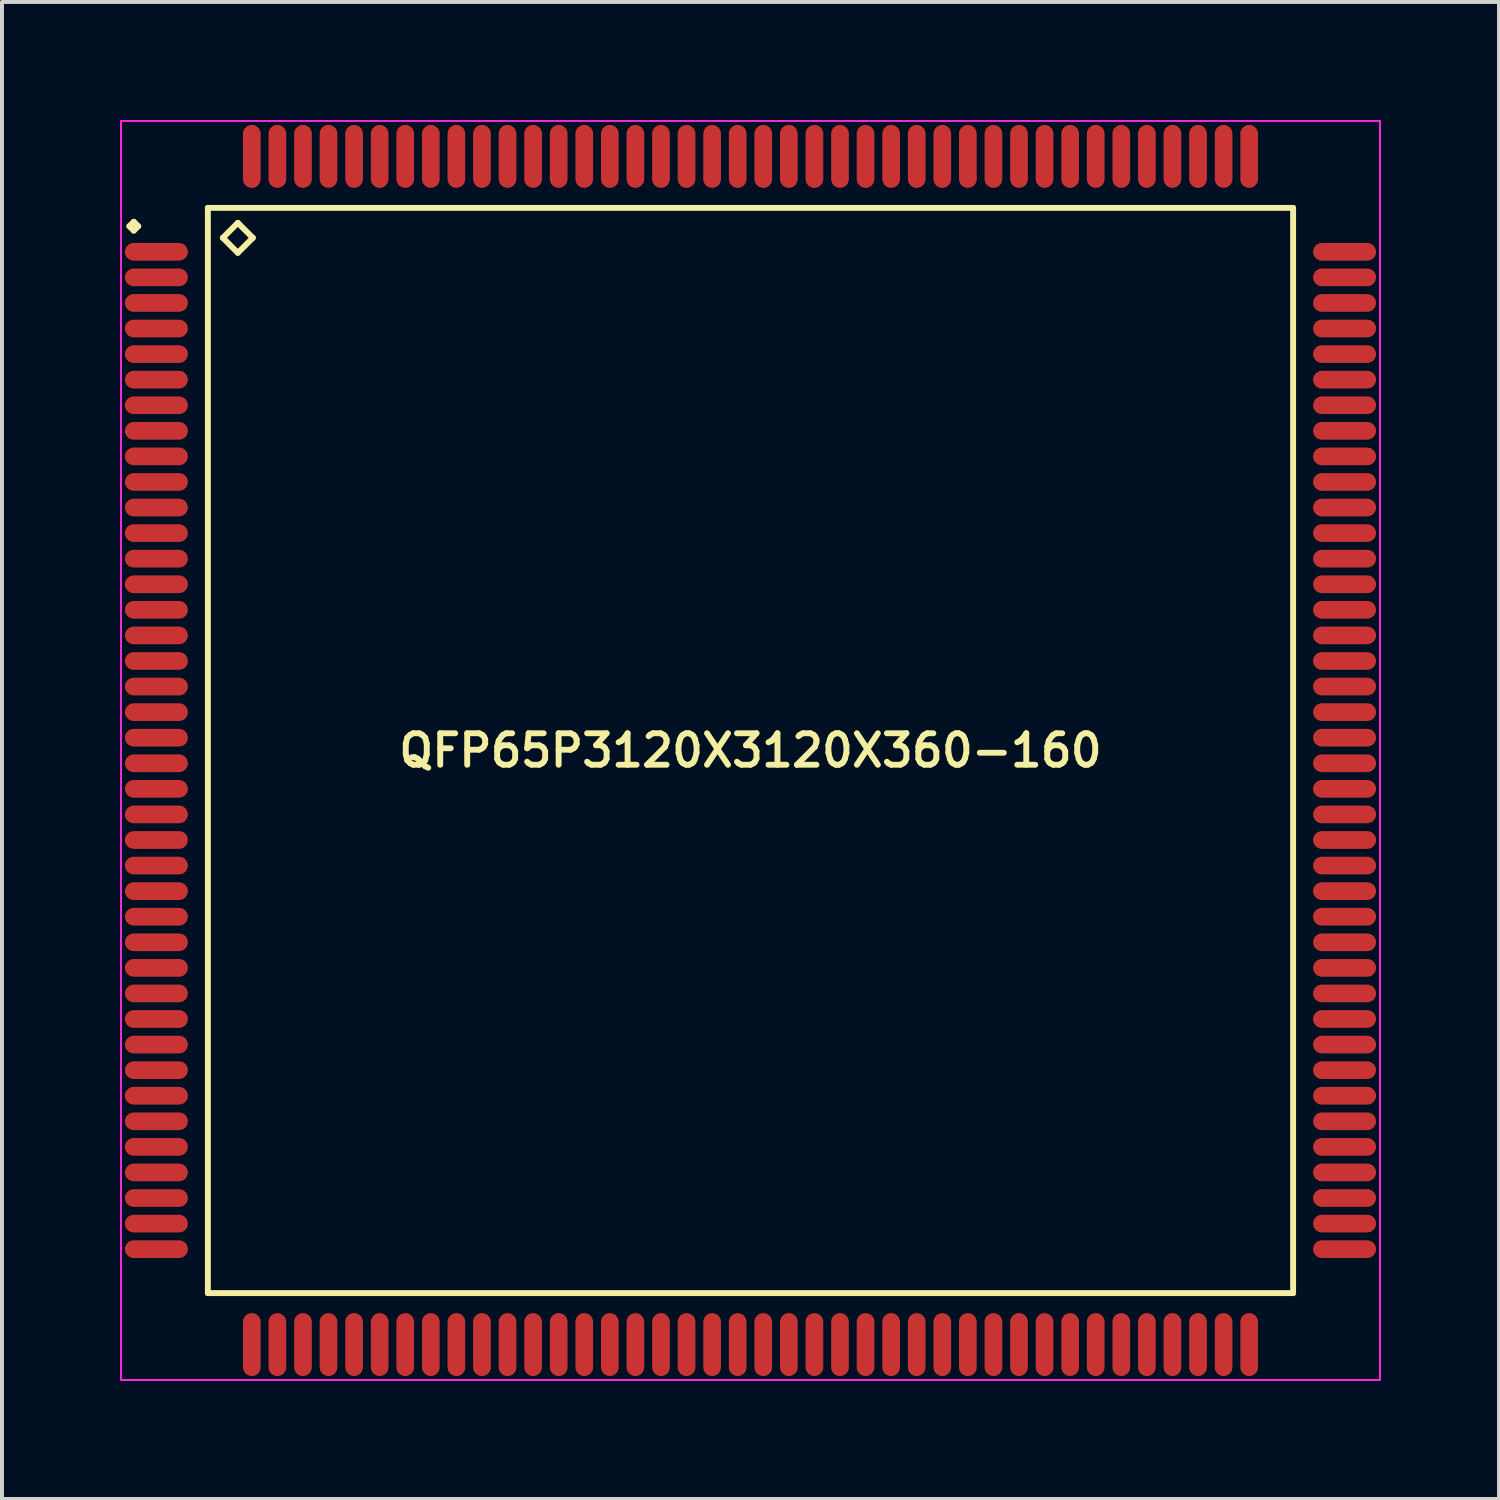
<source format=kicad_pcb>
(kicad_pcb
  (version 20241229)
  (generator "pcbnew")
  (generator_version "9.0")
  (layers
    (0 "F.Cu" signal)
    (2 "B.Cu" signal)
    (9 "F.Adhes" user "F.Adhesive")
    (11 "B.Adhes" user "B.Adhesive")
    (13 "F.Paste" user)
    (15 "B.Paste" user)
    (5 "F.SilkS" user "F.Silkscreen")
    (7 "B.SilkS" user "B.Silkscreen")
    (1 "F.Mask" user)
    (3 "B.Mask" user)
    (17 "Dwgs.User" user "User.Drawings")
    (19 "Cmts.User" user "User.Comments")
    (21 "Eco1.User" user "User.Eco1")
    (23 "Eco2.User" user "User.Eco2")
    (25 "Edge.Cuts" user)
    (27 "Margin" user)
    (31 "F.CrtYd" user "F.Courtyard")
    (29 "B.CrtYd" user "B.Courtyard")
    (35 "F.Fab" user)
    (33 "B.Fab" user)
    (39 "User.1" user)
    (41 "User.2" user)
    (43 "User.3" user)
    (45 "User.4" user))
  (footprint "QFP65P3120X3120X360-160"
    (layer "F.Cu")
    (at 16.025 16.025)
    (property "Reference" "QFP65P3120X3120X360-160" (at 0 0 0) (layer "F.SilkS") (effects (font (size 0.8 0.8) (thickness 0.15))))
    (attr smd)
    (fp_line (start -15.787 -13.325) (end -15.675 -13.438) (stroke (width 0.15) (type solid)) (layer "F.SilkS"))
    (fp_line (start -15.675 -13.438) (end -15.562 -13.325) (stroke (width 0.15) (type solid)) (layer "F.SilkS"))
    (fp_line (start -15.675 -13.213) (end -15.787 -13.325) (stroke (width 0.15) (type solid)) (layer "F.SilkS"))
    (fp_line (start -15.562 -13.325) (end -15.675 -13.213) (stroke (width 0.15) (type solid)) (layer "F.SilkS"))
    (fp_line (start -13.792 -13.792) (end -13.792 13.792) (stroke (width 0.15) (type solid)) (layer "F.SilkS"))
    (fp_line (start -13.792 13.792) (end 13.792 13.792) (stroke (width 0.15) (type solid)) (layer "F.SilkS"))
    (fp_line (start -13.411 -13.03) (end -13.03 -13.411) (stroke (width 0.15) (type solid)) (layer "F.SilkS"))
    (fp_line (start -13.03 -13.411) (end -12.649 -13.03) (stroke (width 0.15) (type solid)) (layer "F.SilkS"))
    (fp_line (start -13.03 -12.649) (end -13.411 -13.03) (stroke (width 0.15) (type solid)) (layer "F.SilkS"))
    (fp_line (start -12.649 -13.03) (end -13.03 -12.649) (stroke (width 0.15) (type solid)) (layer "F.SilkS"))
    (fp_line (start 13.792 -13.792) (end -13.792 -13.792) (stroke (width 0.15) (type solid)) (layer "F.SilkS"))
    (fp_line (start 13.792 13.792) (end 13.792 -13.792) (stroke (width 0.15) (type solid)) (layer "F.SilkS"))
    (fp_line (start -16 -16) (end 16 -16) (stroke (width 0.05) (type solid)) (layer "F.CrtYd"))
    (fp_line (start -16 16) (end -16 -16) (stroke (width 0.05) (type solid)) (layer "F.CrtYd"))
    (fp_line (start 16 -16) (end 16 16) (stroke (width 0.05) (type solid)) (layer "F.CrtYd"))
    (fp_line (start 16 16) (end -16 16) (stroke (width 0.05) (type solid)) (layer "F.CrtYd"))
    (pad "1" smd oval (at -15.1 -12.675) (size 1.6 0.45) (layers "F.Cu" "F.Mask" "F.Paste"))
    (pad "2" smd oval (at -15.1 -12.025) (size 1.6 0.45) (layers "F.Cu" "F.Mask" "F.Paste"))
    (pad "3" smd oval (at -15.1 -11.375) (size 1.6 0.45) (layers "F.Cu" "F.Mask" "F.Paste"))
    (pad "4" smd oval (at -15.1 -10.725) (size 1.6 0.45) (layers "F.Cu" "F.Mask" "F.Paste"))
    (pad "5" smd oval (at -15.1 -10.075) (size 1.6 0.45) (layers "F.Cu" "F.Mask" "F.Paste"))
    (pad "6" smd oval (at -15.1 -9.425) (size 1.6 0.45) (layers "F.Cu" "F.Mask" "F.Paste"))
    (pad "7" smd oval (at -15.1 -8.775) (size 1.6 0.45) (layers "F.Cu" "F.Mask" "F.Paste"))
    (pad "8" smd oval (at -15.1 -8.125) (size 1.6 0.45) (layers "F.Cu" "F.Mask" "F.Paste"))
    (pad "9" smd oval (at -15.1 -7.475) (size 1.6 0.45) (layers "F.Cu" "F.Mask" "F.Paste"))
    (pad "10" smd oval (at -15.1 -6.825) (size 1.6 0.45) (layers "F.Cu" "F.Mask" "F.Paste"))
    (pad "11" smd oval (at -15.1 -6.175) (size 1.6 0.45) (layers "F.Cu" "F.Mask" "F.Paste"))
    (pad "12" smd oval (at -15.1 -5.525) (size 1.6 0.45) (layers "F.Cu" "F.Mask" "F.Paste"))
    (pad "13" smd oval (at -15.1 -4.875) (size 1.6 0.45) (layers "F.Cu" "F.Mask" "F.Paste"))
    (pad "14" smd oval (at -15.1 -4.225) (size 1.6 0.45) (layers "F.Cu" "F.Mask" "F.Paste"))
    (pad "15" smd oval (at -15.1 -3.575) (size 1.6 0.45) (layers "F.Cu" "F.Mask" "F.Paste"))
    (pad "16" smd oval (at -15.1 -2.925) (size 1.6 0.45) (layers "F.Cu" "F.Mask" "F.Paste"))
    (pad "17" smd oval (at -15.1 -2.275) (size 1.6 0.45) (layers "F.Cu" "F.Mask" "F.Paste"))
    (pad "18" smd oval (at -15.1 -1.625) (size 1.6 0.45) (layers "F.Cu" "F.Mask" "F.Paste"))
    (pad "19" smd oval (at -15.1 -0.975) (size 1.6 0.45) (layers "F.Cu" "F.Mask" "F.Paste"))
    (pad "20" smd oval (at -15.1 -0.325) (size 1.6 0.45) (layers "F.Cu" "F.Mask" "F.Paste"))
    (pad "21" smd oval (at -15.1 0.325) (size 1.6 0.45) (layers "F.Cu" "F.Mask" "F.Paste"))
    (pad "22" smd oval (at -15.1 0.975) (size 1.6 0.45) (layers "F.Cu" "F.Mask" "F.Paste"))
    (pad "23" smd oval (at -15.1 1.625) (size 1.6 0.45) (layers "F.Cu" "F.Mask" "F.Paste"))
    (pad "24" smd oval (at -15.1 2.275) (size 1.6 0.45) (layers "F.Cu" "F.Mask" "F.Paste"))
    (pad "25" smd oval (at -15.1 2.925) (size 1.6 0.45) (layers "F.Cu" "F.Mask" "F.Paste"))
    (pad "26" smd oval (at -15.1 3.575) (size 1.6 0.45) (layers "F.Cu" "F.Mask" "F.Paste"))
    (pad "27" smd oval (at -15.1 4.225) (size 1.6 0.45) (layers "F.Cu" "F.Mask" "F.Paste"))
    (pad "28" smd oval (at -15.1 4.875) (size 1.6 0.45) (layers "F.Cu" "F.Mask" "F.Paste"))
    (pad "29" smd oval (at -15.1 5.525) (size 1.6 0.45) (layers "F.Cu" "F.Mask" "F.Paste"))
    (pad "30" smd oval (at -15.1 6.175) (size 1.6 0.45) (layers "F.Cu" "F.Mask" "F.Paste"))
    (pad "31" smd oval (at -15.1 6.825) (size 1.6 0.45) (layers "F.Cu" "F.Mask" "F.Paste"))
    (pad "32" smd oval (at -15.1 7.475) (size 1.6 0.45) (layers "F.Cu" "F.Mask" "F.Paste"))
    (pad "33" smd oval (at -15.1 8.125) (size 1.6 0.45) (layers "F.Cu" "F.Mask" "F.Paste"))
    (pad "34" smd oval (at -15.1 8.775) (size 1.6 0.45) (layers "F.Cu" "F.Mask" "F.Paste"))
    (pad "35" smd oval (at -15.1 9.425) (size 1.6 0.45) (layers "F.Cu" "F.Mask" "F.Paste"))
    (pad "36" smd oval (at -15.1 10.075) (size 1.6 0.45) (layers "F.Cu" "F.Mask" "F.Paste"))
    (pad "37" smd oval (at -15.1 10.725) (size 1.6 0.45) (layers "F.Cu" "F.Mask" "F.Paste"))
    (pad "38" smd oval (at -15.1 11.375) (size 1.6 0.45) (layers "F.Cu" "F.Mask" "F.Paste"))
    (pad "39" smd oval (at -15.1 12.025) (size 1.6 0.45) (layers "F.Cu" "F.Mask" "F.Paste"))
    (pad "40" smd oval (at -15.1 12.675) (size 1.6 0.45) (layers "F.Cu" "F.Mask" "F.Paste"))
    (pad "41" smd oval (at -12.675 15.1) (size 0.45 1.6) (layers "F.Cu" "F.Mask" "F.Paste"))
    (pad "42" smd oval (at -12.025 15.1) (size 0.45 1.6) (layers "F.Cu" "F.Mask" "F.Paste"))
    (pad "43" smd oval (at -11.375 15.1) (size 0.45 1.6) (layers "F.Cu" "F.Mask" "F.Paste"))
    (pad "44" smd oval (at -10.725 15.1) (size 0.45 1.6) (layers "F.Cu" "F.Mask" "F.Paste"))
    (pad "45" smd oval (at -10.075 15.1) (size 0.45 1.6) (layers "F.Cu" "F.Mask" "F.Paste"))
    (pad "46" smd oval (at -9.425 15.1) (size 0.45 1.6) (layers "F.Cu" "F.Mask" "F.Paste"))
    (pad "47" smd oval (at -8.775 15.1) (size 0.45 1.6) (layers "F.Cu" "F.Mask" "F.Paste"))
    (pad "48" smd oval (at -8.125 15.1) (size 0.45 1.6) (layers "F.Cu" "F.Mask" "F.Paste"))
    (pad "49" smd oval (at -7.475 15.1) (size 0.45 1.6) (layers "F.Cu" "F.Mask" "F.Paste"))
    (pad "50" smd oval (at -6.825 15.1) (size 0.45 1.6) (layers "F.Cu" "F.Mask" "F.Paste"))
    (pad "51" smd oval (at -6.175 15.1) (size 0.45 1.6) (layers "F.Cu" "F.Mask" "F.Paste"))
    (pad "52" smd oval (at -5.525 15.1) (size 0.45 1.6) (layers "F.Cu" "F.Mask" "F.Paste"))
    (pad "53" smd oval (at -4.875 15.1) (size 0.45 1.6) (layers "F.Cu" "F.Mask" "F.Paste"))
    (pad "54" smd oval (at -4.225 15.1) (size 0.45 1.6) (layers "F.Cu" "F.Mask" "F.Paste"))
    (pad "55" smd oval (at -3.575 15.1) (size 0.45 1.6) (layers "F.Cu" "F.Mask" "F.Paste"))
    (pad "56" smd oval (at -2.925 15.1) (size 0.45 1.6) (layers "F.Cu" "F.Mask" "F.Paste"))
    (pad "57" smd oval (at -2.275 15.1) (size 0.45 1.6) (layers "F.Cu" "F.Mask" "F.Paste"))
    (pad "58" smd oval (at -1.625 15.1) (size 0.45 1.6) (layers "F.Cu" "F.Mask" "F.Paste"))
    (pad "59" smd oval (at -0.975 15.1) (size 0.45 1.6) (layers "F.Cu" "F.Mask" "F.Paste"))
    (pad "60" smd oval (at -0.325 15.1) (size 0.45 1.6) (layers "F.Cu" "F.Mask" "F.Paste"))
    (pad "61" smd oval (at 0.325 15.1) (size 0.45 1.6) (layers "F.Cu" "F.Mask" "F.Paste"))
    (pad "62" smd oval (at 0.975 15.1) (size 0.45 1.6) (layers "F.Cu" "F.Mask" "F.Paste"))
    (pad "63" smd oval (at 1.625 15.1) (size 0.45 1.6) (layers "F.Cu" "F.Mask" "F.Paste"))
    (pad "64" smd oval (at 2.275 15.1) (size 0.45 1.6) (layers "F.Cu" "F.Mask" "F.Paste"))
    (pad "65" smd oval (at 2.925 15.1) (size 0.45 1.6) (layers "F.Cu" "F.Mask" "F.Paste"))
    (pad "66" smd oval (at 3.575 15.1) (size 0.45 1.6) (layers "F.Cu" "F.Mask" "F.Paste"))
    (pad "67" smd oval (at 4.225 15.1) (size 0.45 1.6) (layers "F.Cu" "F.Mask" "F.Paste"))
    (pad "68" smd oval (at 4.875 15.1) (size 0.45 1.6) (layers "F.Cu" "F.Mask" "F.Paste"))
    (pad "69" smd oval (at 5.525 15.1) (size 0.45 1.6) (layers "F.Cu" "F.Mask" "F.Paste"))
    (pad "70" smd oval (at 6.175 15.1) (size 0.45 1.6) (layers "F.Cu" "F.Mask" "F.Paste"))
    (pad "71" smd oval (at 6.825 15.1) (size 0.45 1.6) (layers "F.Cu" "F.Mask" "F.Paste"))
    (pad "72" smd oval (at 7.475 15.1) (size 0.45 1.6) (layers "F.Cu" "F.Mask" "F.Paste"))
    (pad "73" smd oval (at 8.125 15.1) (size 0.45 1.6) (layers "F.Cu" "F.Mask" "F.Paste"))
    (pad "74" smd oval (at 8.775 15.1) (size 0.45 1.6) (layers "F.Cu" "F.Mask" "F.Paste"))
    (pad "75" smd oval (at 9.425 15.1) (size 0.45 1.6) (layers "F.Cu" "F.Mask" "F.Paste"))
    (pad "76" smd oval (at 10.075 15.1) (size 0.45 1.6) (layers "F.Cu" "F.Mask" "F.Paste"))
    (pad "77" smd oval (at 10.725 15.1) (size 0.45 1.6) (layers "F.Cu" "F.Mask" "F.Paste"))
    (pad "78" smd oval (at 11.375 15.1) (size 0.45 1.6) (layers "F.Cu" "F.Mask" "F.Paste"))
    (pad "79" smd oval (at 12.025 15.1) (size 0.45 1.6) (layers "F.Cu" "F.Mask" "F.Paste"))
    (pad "80" smd oval (at 12.675 15.1) (size 0.45 1.6) (layers "F.Cu" "F.Mask" "F.Paste"))
    (pad "81" smd oval (at 15.1 12.675) (size 1.6 0.45) (layers "F.Cu" "F.Mask" "F.Paste"))
    (pad "82" smd oval (at 15.1 12.025) (size 1.6 0.45) (layers "F.Cu" "F.Mask" "F.Paste"))
    (pad "83" smd oval (at 15.1 11.375) (size 1.6 0.45) (layers "F.Cu" "F.Mask" "F.Paste"))
    (pad "84" smd oval (at 15.1 10.725) (size 1.6 0.45) (layers "F.Cu" "F.Mask" "F.Paste"))
    (pad "85" smd oval (at 15.1 10.075) (size 1.6 0.45) (layers "F.Cu" "F.Mask" "F.Paste"))
    (pad "86" smd oval (at 15.1 9.425) (size 1.6 0.45) (layers "F.Cu" "F.Mask" "F.Paste"))
    (pad "87" smd oval (at 15.1 8.775) (size 1.6 0.45) (layers "F.Cu" "F.Mask" "F.Paste"))
    (pad "88" smd oval (at 15.1 8.125) (size 1.6 0.45) (layers "F.Cu" "F.Mask" "F.Paste"))
    (pad "89" smd oval (at 15.1 7.475) (size 1.6 0.45) (layers "F.Cu" "F.Mask" "F.Paste"))
    (pad "90" smd oval (at 15.1 6.825) (size 1.6 0.45) (layers "F.Cu" "F.Mask" "F.Paste"))
    (pad "91" smd oval (at 15.1 6.175) (size 1.6 0.45) (layers "F.Cu" "F.Mask" "F.Paste"))
    (pad "92" smd oval (at 15.1 5.525) (size 1.6 0.45) (layers "F.Cu" "F.Mask" "F.Paste"))
    (pad "93" smd oval (at 15.1 4.875) (size 1.6 0.45) (layers "F.Cu" "F.Mask" "F.Paste"))
    (pad "94" smd oval (at 15.1 4.225) (size 1.6 0.45) (layers "F.Cu" "F.Mask" "F.Paste"))
    (pad "95" smd oval (at 15.1 3.575) (size 1.6 0.45) (layers "F.Cu" "F.Mask" "F.Paste"))
    (pad "96" smd oval (at 15.1 2.925) (size 1.6 0.45) (layers "F.Cu" "F.Mask" "F.Paste"))
    (pad "97" smd oval (at 15.1 2.275) (size 1.6 0.45) (layers "F.Cu" "F.Mask" "F.Paste"))
    (pad "98" smd oval (at 15.1 1.625) (size 1.6 0.45) (layers "F.Cu" "F.Mask" "F.Paste"))
    (pad "99" smd oval (at 15.1 0.975) (size 1.6 0.45) (layers "F.Cu" "F.Mask" "F.Paste"))
    (pad "100" smd oval (at 15.1 0.325) (size 1.6 0.45) (layers "F.Cu" "F.Mask" "F.Paste"))
    (pad "101" smd oval (at 15.1 -0.325) (size 1.6 0.45) (layers "F.Cu" "F.Mask" "F.Paste"))
    (pad "102" smd oval (at 15.1 -0.975) (size 1.6 0.45) (layers "F.Cu" "F.Mask" "F.Paste"))
    (pad "103" smd oval (at 15.1 -1.625) (size 1.6 0.45) (layers "F.Cu" "F.Mask" "F.Paste"))
    (pad "104" smd oval (at 15.1 -2.275) (size 1.6 0.45) (layers "F.Cu" "F.Mask" "F.Paste"))
    (pad "105" smd oval (at 15.1 -2.925) (size 1.6 0.45) (layers "F.Cu" "F.Mask" "F.Paste"))
    (pad "106" smd oval (at 15.1 -3.575) (size 1.6 0.45) (layers "F.Cu" "F.Mask" "F.Paste"))
    (pad "107" smd oval (at 15.1 -4.225) (size 1.6 0.45) (layers "F.Cu" "F.Mask" "F.Paste"))
    (pad "108" smd oval (at 15.1 -4.875) (size 1.6 0.45) (layers "F.Cu" "F.Mask" "F.Paste"))
    (pad "109" smd oval (at 15.1 -5.525) (size 1.6 0.45) (layers "F.Cu" "F.Mask" "F.Paste"))
    (pad "110" smd oval (at 15.1 -6.175) (size 1.6 0.45) (layers "F.Cu" "F.Mask" "F.Paste"))
    (pad "111" smd oval (at 15.1 -6.825) (size 1.6 0.45) (layers "F.Cu" "F.Mask" "F.Paste"))
    (pad "112" smd oval (at 15.1 -7.475) (size 1.6 0.45) (layers "F.Cu" "F.Mask" "F.Paste"))
    (pad "113" smd oval (at 15.1 -8.125) (size 1.6 0.45) (layers "F.Cu" "F.Mask" "F.Paste"))
    (pad "114" smd oval (at 15.1 -8.775) (size 1.6 0.45) (layers "F.Cu" "F.Mask" "F.Paste"))
    (pad "115" smd oval (at 15.1 -9.425) (size 1.6 0.45) (layers "F.Cu" "F.Mask" "F.Paste"))
    (pad "116" smd oval (at 15.1 -10.075) (size 1.6 0.45) (layers "F.Cu" "F.Mask" "F.Paste"))
    (pad "117" smd oval (at 15.1 -10.725) (size 1.6 0.45) (layers "F.Cu" "F.Mask" "F.Paste"))
    (pad "118" smd oval (at 15.1 -11.375) (size 1.6 0.45) (layers "F.Cu" "F.Mask" "F.Paste"))
    (pad "119" smd oval (at 15.1 -12.025) (size 1.6 0.45) (layers "F.Cu" "F.Mask" "F.Paste"))
    (pad "120" smd oval (at 15.1 -12.675) (size 1.6 0.45) (layers "F.Cu" "F.Mask" "F.Paste"))
    (pad "121" smd oval (at 12.675 -15.1) (size 0.45 1.6) (layers "F.Cu" "F.Mask" "F.Paste"))
    (pad "122" smd oval (at 12.025 -15.1) (size 0.45 1.6) (layers "F.Cu" "F.Mask" "F.Paste"))
    (pad "123" smd oval (at 11.375 -15.1) (size 0.45 1.6) (layers "F.Cu" "F.Mask" "F.Paste"))
    (pad "124" smd oval (at 10.725 -15.1) (size 0.45 1.6) (layers "F.Cu" "F.Mask" "F.Paste"))
    (pad "125" smd oval (at 10.075 -15.1) (size 0.45 1.6) (layers "F.Cu" "F.Mask" "F.Paste"))
    (pad "126" smd oval (at 9.425 -15.1) (size 0.45 1.6) (layers "F.Cu" "F.Mask" "F.Paste"))
    (pad "127" smd oval (at 8.775 -15.1) (size 0.45 1.6) (layers "F.Cu" "F.Mask" "F.Paste"))
    (pad "128" smd oval (at 8.125 -15.1) (size 0.45 1.6) (layers "F.Cu" "F.Mask" "F.Paste"))
    (pad "129" smd oval (at 7.475 -15.1) (size 0.45 1.6) (layers "F.Cu" "F.Mask" "F.Paste"))
    (pad "130" smd oval (at 6.825 -15.1) (size 0.45 1.6) (layers "F.Cu" "F.Mask" "F.Paste"))
    (pad "131" smd oval (at 6.175 -15.1) (size 0.45 1.6) (layers "F.Cu" "F.Mask" "F.Paste"))
    (pad "132" smd oval (at 5.525 -15.1) (size 0.45 1.6) (layers "F.Cu" "F.Mask" "F.Paste"))
    (pad "133" smd oval (at 4.875 -15.1) (size 0.45 1.6) (layers "F.Cu" "F.Mask" "F.Paste"))
    (pad "134" smd oval (at 4.225 -15.1) (size 0.45 1.6) (layers "F.Cu" "F.Mask" "F.Paste"))
    (pad "135" smd oval (at 3.575 -15.1) (size 0.45 1.6) (layers "F.Cu" "F.Mask" "F.Paste"))
    (pad "136" smd oval (at 2.925 -15.1) (size 0.45 1.6) (layers "F.Cu" "F.Mask" "F.Paste"))
    (pad "137" smd oval (at 2.275 -15.1) (size 0.45 1.6) (layers "F.Cu" "F.Mask" "F.Paste"))
    (pad "138" smd oval (at 1.625 -15.1) (size 0.45 1.6) (layers "F.Cu" "F.Mask" "F.Paste"))
    (pad "139" smd oval (at 0.975 -15.1) (size 0.45 1.6) (layers "F.Cu" "F.Mask" "F.Paste"))
    (pad "140" smd oval (at 0.325 -15.1) (size 0.45 1.6) (layers "F.Cu" "F.Mask" "F.Paste"))
    (pad "141" smd oval (at -0.325 -15.1) (size 0.45 1.6) (layers "F.Cu" "F.Mask" "F.Paste"))
    (pad "142" smd oval (at -0.975 -15.1) (size 0.45 1.6) (layers "F.Cu" "F.Mask" "F.Paste"))
    (pad "143" smd oval (at -1.625 -15.1) (size 0.45 1.6) (layers "F.Cu" "F.Mask" "F.Paste"))
    (pad "144" smd oval (at -2.275 -15.1) (size 0.45 1.6) (layers "F.Cu" "F.Mask" "F.Paste"))
    (pad "145" smd oval (at -2.925 -15.1) (size 0.45 1.6) (layers "F.Cu" "F.Mask" "F.Paste"))
    (pad "146" smd oval (at -3.575 -15.1) (size 0.45 1.6) (layers "F.Cu" "F.Mask" "F.Paste"))
    (pad "147" smd oval (at -4.225 -15.1) (size 0.45 1.6) (layers "F.Cu" "F.Mask" "F.Paste"))
    (pad "148" smd oval (at -4.875 -15.1) (size 0.45 1.6) (layers "F.Cu" "F.Mask" "F.Paste"))
    (pad "149" smd oval (at -5.525 -15.1) (size 0.45 1.6) (layers "F.Cu" "F.Mask" "F.Paste"))
    (pad "150" smd oval (at -6.175 -15.1) (size 0.45 1.6) (layers "F.Cu" "F.Mask" "F.Paste"))
    (pad "151" smd oval (at -6.825 -15.1) (size 0.45 1.6) (layers "F.Cu" "F.Mask" "F.Paste"))
    (pad "152" smd oval (at -7.475 -15.1) (size 0.45 1.6) (layers "F.Cu" "F.Mask" "F.Paste"))
    (pad "153" smd oval (at -8.125 -15.1) (size 0.45 1.6) (layers "F.Cu" "F.Mask" "F.Paste"))
    (pad "154" smd oval (at -8.775 -15.1) (size 0.45 1.6) (layers "F.Cu" "F.Mask" "F.Paste"))
    (pad "155" smd oval (at -9.425 -15.1) (size 0.45 1.6) (layers "F.Cu" "F.Mask" "F.Paste"))
    (pad "156" smd oval (at -10.075 -15.1) (size 0.45 1.6) (layers "F.Cu" "F.Mask" "F.Paste"))
    (pad "157" smd oval (at -10.725 -15.1) (size 0.45 1.6) (layers "F.Cu" "F.Mask" "F.Paste"))
    (pad "158" smd oval (at -11.375 -15.1) (size 0.45 1.6) (layers "F.Cu" "F.Mask" "F.Paste"))
    (pad "159" smd oval (at -12.025 -15.1) (size 0.45 1.6) (layers "F.Cu" "F.Mask" "F.Paste"))
    (pad "160" smd oval (at -12.675 -15.1) (size 0.45 1.6) (layers "F.Cu" "F.Mask" "F.Paste")))
  (gr_rect
    (start -3 -3)
    (end 35.05 35.05)
    (stroke (width 0.1) (type default))
    (fill no)
    (layer "Edge.Cuts")))
</source>
